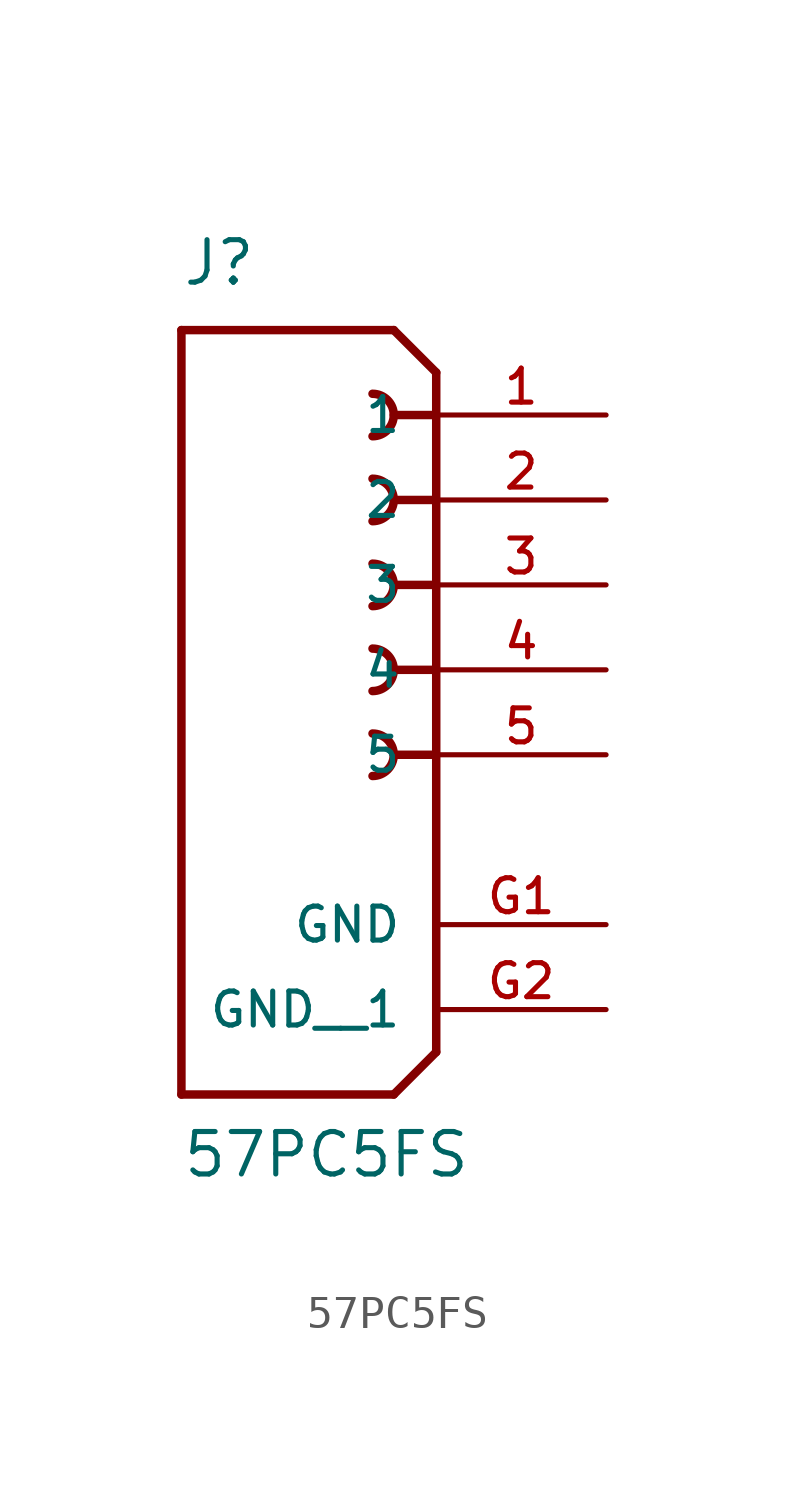
<source format=kicad_sym>
(kicad_symbol_lib
  (version 20211014)
  (generator kicad_symbol_editor)
  (symbol "57PC5FS"
    (pin_names
      (offset 1.016))
    (property "Reference" "J"
      (at -7.62 11.43 0)
      (effects (font (size 1.27 1.27)) (justify bottom left)))
    (property "Value" "57PC5FS"
      (at -7.62 -15.24 0)
      (effects (font (size 1.27 1.27)) (justify bottom left)))
    (symbol "57PC5FS_0_0"
      (polyline (pts (xy 0.0 8.89) (xy -1.27 10.16)) (stroke (width 0.254)))
      (polyline (pts (xy 0.0 8.89) (xy 0.0 7.62)) (stroke (width 0.254)))
      (polyline (pts (xy 0.0 7.62) (xy 0.0 -11.43)) (stroke (width 0.254)))
      (polyline (pts (xy 0.0 -11.43) (xy -1.27 -12.7)) (stroke (width 0.254)))
      (polyline (pts (xy -1.27 -12.7) (xy -7.62 -12.7)) (stroke (width 0.254)))
      (polyline (pts (xy -7.62 -12.7) (xy -7.62 10.16)) (stroke (width 0.254)))
      (polyline (pts (xy -7.62 10.16) (xy -1.27 10.16)) (stroke (width 0.254)))
      (polyline (pts (xy 0.0 7.62) (xy -1.27 7.62)) (stroke (width 0.254)))
      (arc (start -1.905 6.985) (mid -1.27 7.62) (end -1.905 8.255) (stroke (width 0.254) (type default) (color 0 0 0 0)) (fill (type none)))
      (polyline (pts (xy 0.0 5.08) (xy -1.27 5.08)) (stroke (width 0.254)))
      (arc (start -1.905 4.445) (mid -1.27 5.08) (end -1.905 5.715) (stroke (width 0.254) (type default) (color 0 0 0 0)) (fill (type none)))
      (polyline (pts (xy 0.0 2.54) (xy -1.27 2.54)) (stroke (width 0.254)))
      (arc (start -1.905 1.905) (mid -1.27 2.54) (end -1.905 3.175) (stroke (width 0.254) (type default) (color 0 0 0 0)) (fill (type none)))
      (polyline (pts (xy 0.0 0.0) (xy -1.27 0.0)) (stroke (width 0.254)))
      (arc (start -1.905 -0.635) (mid -1.27 0.0) (end -1.905 0.635) (stroke (width 0.254) (type default) (color 0 0 0 0)) (fill (type none)))
      (polyline (pts (xy 0.0 -2.54) (xy -1.27 -2.54)) (stroke (width 0.254)))
      (arc (start -1.905 -3.175) (mid -1.27 -2.54) (end -1.905 -1.905) (stroke (width 0.254) (type default) (color 0 0 0 0)) (fill (type none)))
      (pin passive line (at 5.08 7.62 180.0) (length 5.08) (name "1" (effects (font (size 1.016 1.016)))) (number "1" (effects (font (size 1.016 1.016)))))
      (pin passive line (at 5.08 5.08 180.0) (length 5.08) (name "2" (effects (font (size 1.016 1.016)))) (number "2" (effects (font (size 1.016 1.016)))))
      (pin passive line (at 5.08 2.54 180.0) (length 5.08) (name "3" (effects (font (size 1.016 1.016)))) (number "3" (effects (font (size 1.016 1.016)))))
      (pin passive line (at 5.08 0.0 180.0) (length 5.08) (name "4" (effects (font (size 1.016 1.016)))) (number "4" (effects (font (size 1.016 1.016)))))
      (pin passive line (at 5.08 -2.54 180.0) (length 5.08) (name "5" (effects (font (size 1.016 1.016)))) (number "5" (effects (font (size 1.016 1.016)))))
      (pin power_in line (at 5.08 -7.62 180.0) (length 5.08) (name "GND" (effects (font (size 1.016 1.016)))) (number "G1" (effects (font (size 1.016 1.016)))))
      (pin power_in line (at 5.08 -10.16 180.0) (length 5.08) (name "GND__1" (effects (font (size 1.016 1.016)))) (number "G2" (effects (font (size 1.016 1.016))))))))
</source>
